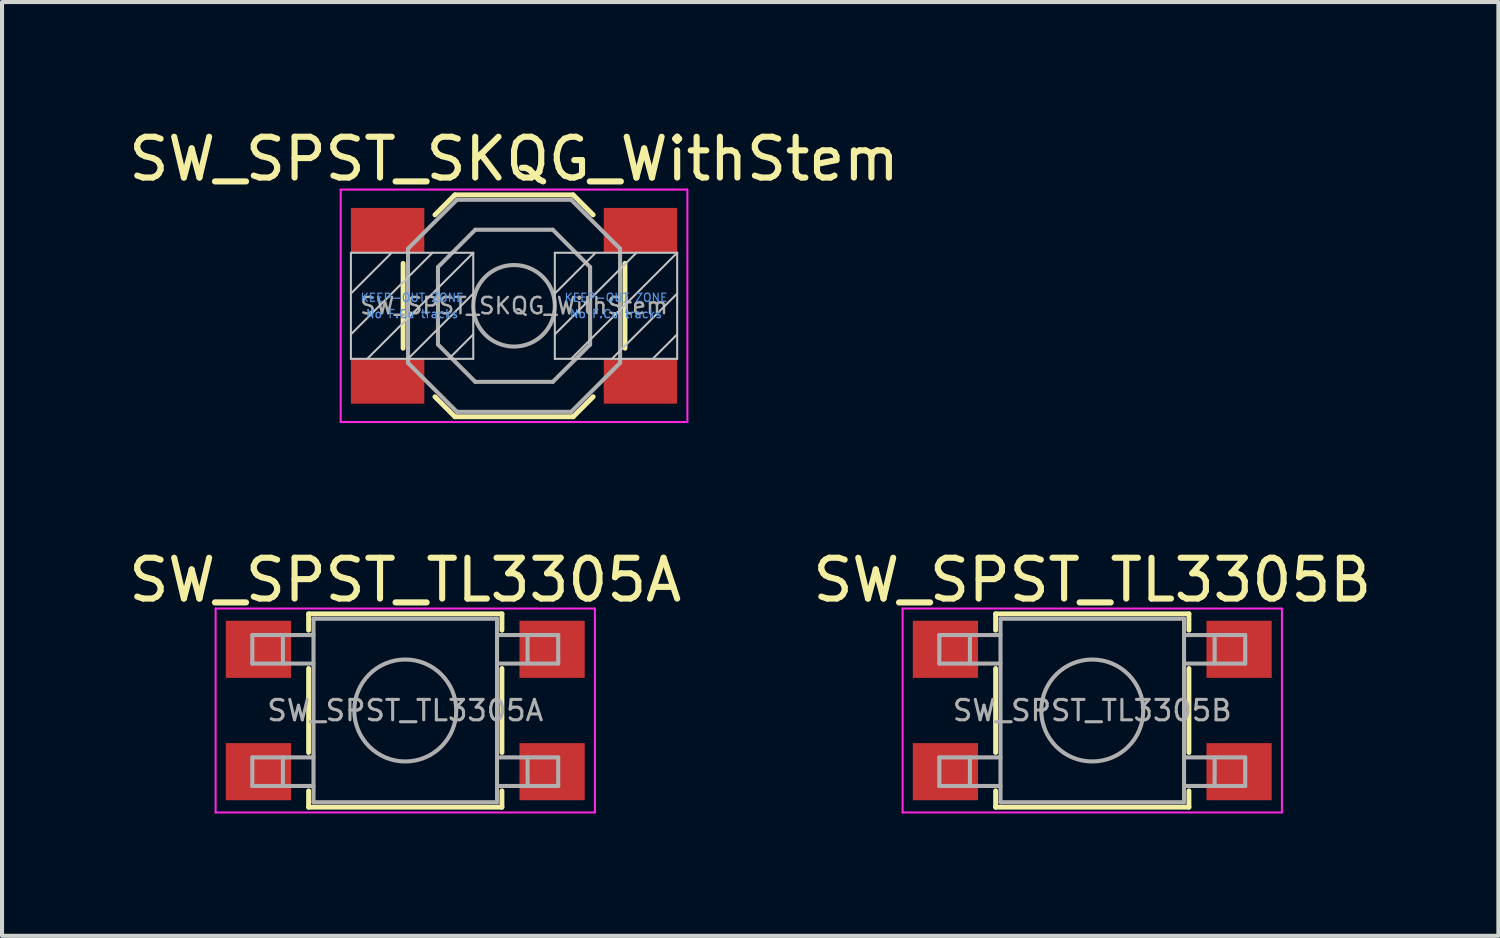
<source format=kicad_pcb>
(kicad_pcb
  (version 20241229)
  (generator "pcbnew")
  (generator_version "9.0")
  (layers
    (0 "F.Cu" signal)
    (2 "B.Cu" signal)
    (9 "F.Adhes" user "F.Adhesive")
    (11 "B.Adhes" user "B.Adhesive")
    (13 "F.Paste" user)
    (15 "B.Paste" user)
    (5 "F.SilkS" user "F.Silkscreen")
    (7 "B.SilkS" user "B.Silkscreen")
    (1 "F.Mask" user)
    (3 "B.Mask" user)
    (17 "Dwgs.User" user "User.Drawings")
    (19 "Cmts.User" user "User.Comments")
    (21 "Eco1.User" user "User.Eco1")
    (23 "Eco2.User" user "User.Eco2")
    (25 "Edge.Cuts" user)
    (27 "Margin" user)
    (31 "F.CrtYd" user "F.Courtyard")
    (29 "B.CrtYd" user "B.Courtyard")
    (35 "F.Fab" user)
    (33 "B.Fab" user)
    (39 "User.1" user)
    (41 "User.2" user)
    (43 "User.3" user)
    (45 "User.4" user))
  (footprint "SW_SPST_SKQG_WithStem"
    (layer "F.Cu")
    (at 9.554 4.448)
    (property "Reference" "SW_SPST_SKQG_WithStem" (at 0 -3.6 0) (layer "F.SilkS") (effects (font (size 1 1) (thickness 0.15))))
    (attr smd)
    (fp_line (start -2.72 1.04) (end -2.72 -1.04) (stroke (width 0.12) (type solid)) (layer "F.SilkS"))
    (fp_line (start -1.45 -2.72) (end -1.94 -2.23) (stroke (width 0.12) (type solid)) (layer "F.SilkS"))
    (fp_line (start -1.45 -2.72) (end 1.45 -2.72) (stroke (width 0.12) (type solid)) (layer "F.SilkS"))
    (fp_line (start -1.45 2.72) (end -1.94 2.23) (stroke (width 0.12) (type solid)) (layer "F.SilkS"))
    (fp_line (start -1.45 2.72) (end 1.45 2.72) (stroke (width 0.12) (type solid)) (layer "F.SilkS"))
    (fp_line (start 1.45 -2.72) (end 1.94 -2.23) (stroke (width 0.12) (type solid)) (layer "F.SilkS"))
    (fp_line (start 1.45 2.72) (end 1.94 2.23) (stroke (width 0.12) (type solid)) (layer "F.SilkS"))
    (fp_line (start 2.72 1.04) (end 2.72 -1.04) (stroke (width 0.12) (type solid)) (layer "F.SilkS"))
    (fp_line (start -4 -1.3) (end -1 -1.3) (stroke (width 0.05) (type solid)) (layer "Dwgs.User"))
    (fp_line (start -4 -0.3) (end -3 -1.3) (stroke (width 0.05) (type solid)) (layer "Dwgs.User"))
    (fp_line (start -4 0.7) (end -2 -1.3) (stroke (width 0.05) (type solid)) (layer "Dwgs.User"))
    (fp_line (start -4 1.3) (end -4 -1.3) (stroke (width 0.05) (type solid)) (layer "Dwgs.User"))
    (fp_line (start -2.6 1.3) (end -1 -0.3) (stroke (width 0.05) (type solid)) (layer "Dwgs.User"))
    (fp_line (start -1 -1.3) (end -3.6 1.3) (stroke (width 0.05) (type solid)) (layer "Dwgs.User"))
    (fp_line (start -1 -1.3) (end -1 1.3) (stroke (width 0.05) (type solid)) (layer "Dwgs.User"))
    (fp_line (start -1 0.7) (end -1.6 1.3) (stroke (width 0.05) (type solid)) (layer "Dwgs.User"))
    (fp_line (start -1 1.3) (end -4 1.3) (stroke (width 0.05) (type solid)) (layer "Dwgs.User"))
    (fp_line (start 1 -1.3) (end 4 -1.3) (stroke (width 0.05) (type solid)) (layer "Dwgs.User"))
    (fp_line (start 1 -0.3) (end 2 -1.3) (stroke (width 0.05) (type solid)) (layer "Dwgs.User"))
    (fp_line (start 1 0.7) (end 3 -1.3) (stroke (width 0.05) (type solid)) (layer "Dwgs.User"))
    (fp_line (start 1 1.3) (end 1 -1.3) (stroke (width 0.05) (type solid)) (layer "Dwgs.User"))
    (fp_line (start 2.4 1.3) (end 4 -0.3) (stroke (width 0.05) (type solid)) (layer "Dwgs.User"))
    (fp_line (start 4 -1.3) (end 1.4 1.3) (stroke (width 0.05) (type solid)) (layer "Dwgs.User"))
    (fp_line (start 4 -1.3) (end 4 1.3) (stroke (width 0.05) (type solid)) (layer "Dwgs.User"))
    (fp_line (start 4 0.7) (end 3.4 1.3) (stroke (width 0.05) (type solid)) (layer "Dwgs.User"))
    (fp_line (start 4 1.3) (end 1 1.3) (stroke (width 0.05) (type solid)) (layer "Dwgs.User"))
    (fp_line (start -4.25 -2.85) (end -4.25 2.85) (stroke (width 0.05) (type solid)) (layer "F.CrtYd"))
    (fp_line (start -4.25 2.85) (end 4.25 2.85) (stroke (width 0.05) (type solid)) (layer "F.CrtYd"))
    (fp_line (start 4.25 -2.85) (end -4.25 -2.85) (stroke (width 0.05) (type solid)) (layer "F.CrtYd"))
    (fp_line (start 4.25 2.85) (end 4.25 -2.85) (stroke (width 0.05) (type solid)) (layer "F.CrtYd"))
    (fp_line (start -2.6 -1.4) (end -1.4 -2.6) (stroke (width 0.1) (type solid)) (layer "F.Fab"))
    (fp_line (start -2.6 1.4) (end -2.6 -1.4) (stroke (width 0.1) (type solid)) (layer "F.Fab"))
    (fp_line (start -1.865 0.95) (end -1.865 -0.95) (stroke (width 0.1) (type solid)) (layer "F.Fab"))
    (fp_line (start -1.4 -2.6) (end 1.4 -2.6) (stroke (width 0.1) (type solid)) (layer "F.Fab"))
    (fp_line (start -1.4 2.6) (end -2.6 1.4) (stroke (width 0.1) (type solid)) (layer "F.Fab"))
    (fp_line (start -0.95 -1.865) (end -1.865 -0.95) (stroke (width 0.1) (type solid)) (layer "F.Fab"))
    (fp_line (start -0.95 -1.865) (end 0.95 -1.865) (stroke (width 0.1) (type solid)) (layer "F.Fab"))
    (fp_line (start -0.95 1.865) (end -1.865 0.95) (stroke (width 0.1) (type solid)) (layer "F.Fab"))
    (fp_line (start 0.95 -1.865) (end 1.865 -0.95) (stroke (width 0.1) (type solid)) (layer "F.Fab"))
    (fp_line (start 0.95 1.865) (end -0.95 1.865) (stroke (width 0.1) (type solid)) (layer "F.Fab"))
    (fp_line (start 0.95 1.865) (end 1.865 0.95) (stroke (width 0.1) (type solid)) (layer "F.Fab"))
    (fp_line (start 1.4 -2.6) (end 2.6 -1.4) (stroke (width 0.1) (type solid)) (layer "F.Fab"))
    (fp_line (start 1.4 2.6) (end -1.4 2.6) (stroke (width 0.1) (type solid)) (layer "F.Fab"))
    (fp_line (start 1.865 -0.95) (end 1.865 0.95) (stroke (width 0.1) (type solid)) (layer "F.Fab"))
    (fp_line (start 2.6 -1.4) (end 2.6 1.4) (stroke (width 0.1) (type solid)) (layer "F.Fab"))
    (fp_line (start 2.6 1.4) (end 1.4 2.6) (stroke (width 0.1) (type solid)) (layer "F.Fab"))
    (fp_circle (center 0 0) (end 1 0) (stroke (width 0.1) (type solid)) (fill no) (layer "F.Fab"))
    (fp_text user "KEEP-OUT ZONE" (at -2.5 -0.2 0) (layer "Cmts.User") (effects (font (size 0.2 0.2) (thickness 0.03))))
    (fp_text user "KEEP-OUT ZONE" (at 2.5 -0.2 0) (layer "Cmts.User") (effects (font (size 0.2 0.2) (thickness 0.03))))
    (fp_text user "No F.Cu tracks" (at 2.5 0.2 0) (layer "Cmts.User") (effects (font (size 0.2 0.2) (thickness 0.03))))
    (fp_text user "No F.Cu tracks" (at -2.5 0.2 0) (layer "Cmts.User") (effects (font (size 0.2 0.2) (thickness 0.03))))
    (fp_text user "${REFERENCE}" (at 0 0 0) (layer "F.Fab") (effects (font (size 0.4 0.4) (thickness 0.06))))
    (pad "1" smd rect (at -3.1 -1.85) (size 1.8 1.1) (layers "F.Cu" "F.Mask" "F.Paste"))
    (pad "1" smd rect (at 3.1 -1.85) (size 1.8 1.1) (layers "F.Cu" "F.Mask" "F.Paste"))
    (pad "2" smd rect (at -3.1 1.85) (size 1.8 1.1) (layers "F.Cu" "F.Mask" "F.Paste"))
    (pad "2" smd rect (at 3.1 1.85) (size 1.8 1.1) (layers "F.Cu" "F.Mask" "F.Paste")))
  (footprint "SW_SPST_TL3305A"
    (layer "F.Cu")
    (at 6.887 14.371)
    (property "Reference" "SW_SPST_TL3305A" (at 0 -3.2 0) (layer "F.SilkS") (effects (font (size 1 1) (thickness 0.15))))
    (attr smd)
    (fp_line (start -2.37 -2.37) (end -2.37 -1.97) (stroke (width 0.12) (type solid)) (layer "F.SilkS"))
    (fp_line (start -2.37 -2.37) (end 2.37 -2.37) (stroke (width 0.12) (type solid)) (layer "F.SilkS"))
    (fp_line (start -2.37 1.03) (end -2.37 -1.03) (stroke (width 0.12) (type solid)) (layer "F.SilkS"))
    (fp_line (start -2.37 2.37) (end -2.37 1.97) (stroke (width 0.12) (type solid)) (layer "F.SilkS"))
    (fp_line (start -2.37 2.37) (end 2.37 2.37) (stroke (width 0.12) (type solid)) (layer "F.SilkS"))
    (fp_line (start 2.37 -2.37) (end 2.37 -1.97) (stroke (width 0.12) (type solid)) (layer "F.SilkS"))
    (fp_line (start 2.37 1.03) (end 2.37 -1.03) (stroke (width 0.12) (type solid)) (layer "F.SilkS"))
    (fp_line (start 2.37 2.37) (end 2.37 1.97) (stroke (width 0.12) (type solid)) (layer "F.SilkS"))
    (fp_line (start -4.65 -2.5) (end 4.65 -2.5) (stroke (width 0.05) (type solid)) (layer "F.CrtYd"))
    (fp_line (start -4.65 2.5) (end -4.65 -2.5) (stroke (width 0.05) (type solid)) (layer "F.CrtYd"))
    (fp_line (start 4.65 -2.5) (end 4.65 2.5) (stroke (width 0.05) (type solid)) (layer "F.CrtYd"))
    (fp_line (start 4.65 2.5) (end -4.65 2.5) (stroke (width 0.05) (type solid)) (layer "F.CrtYd"))
    (fp_line (start -3.75 -1.85) (end -3.75 -1.15) (stroke (width 0.1) (type solid)) (layer "F.Fab"))
    (fp_line (start -3.75 -1.15) (end -2.25 -1.15) (stroke (width 0.1) (type solid)) (layer "F.Fab"))
    (fp_line (start -3.75 1.15) (end -3.75 1.85) (stroke (width 0.1) (type solid)) (layer "F.Fab"))
    (fp_line (start -3.75 1.85) (end -2.25 1.85) (stroke (width 0.1) (type solid)) (layer "F.Fab"))
    (fp_line (start -3 -1.85) (end -3 -1.15) (stroke (width 0.1) (type solid)) (layer "F.Fab"))
    (fp_line (start -3 1.15) (end -3 1.85) (stroke (width 0.1) (type solid)) (layer "F.Fab"))
    (fp_line (start -2.25 -2.25) (end 2.25 -2.25) (stroke (width 0.1) (type solid)) (layer "F.Fab"))
    (fp_line (start -2.25 -1.85) (end -3.75 -1.85) (stroke (width 0.1) (type solid)) (layer "F.Fab"))
    (fp_line (start -2.25 1.15) (end -3.75 1.15) (stroke (width 0.1) (type solid)) (layer "F.Fab"))
    (fp_line (start -2.25 2.25) (end -2.25 -2.25) (stroke (width 0.1) (type solid)) (layer "F.Fab"))
    (fp_line (start 2.25 -2.25) (end 2.25 2.25) (stroke (width 0.1) (type solid)) (layer "F.Fab"))
    (fp_line (start 2.25 -1.15) (end 3.75 -1.15) (stroke (width 0.1) (type solid)) (layer "F.Fab"))
    (fp_line (start 2.25 1.15) (end 3.75 1.15) (stroke (width 0.1) (type solid)) (layer "F.Fab"))
    (fp_line (start 2.25 2.25) (end -2.25 2.25) (stroke (width 0.1) (type solid)) (layer "F.Fab"))
    (fp_line (start 3 -1.85) (end 3 -1.15) (stroke (width 0.1) (type solid)) (layer "F.Fab"))
    (fp_line (start 3 1.15) (end 3 1.85) (stroke (width 0.1) (type solid)) (layer "F.Fab"))
    (fp_line (start 3.75 -1.85) (end 2.25 -1.85) (stroke (width 0.1) (type solid)) (layer "F.Fab"))
    (fp_line (start 3.75 -1.15) (end 3.75 -1.85) (stroke (width 0.1) (type solid)) (layer "F.Fab"))
    (fp_line (start 3.75 1.15) (end 3.75 1.85) (stroke (width 0.1) (type solid)) (layer "F.Fab"))
    (fp_line (start 3.75 1.85) (end 2.25 1.85) (stroke (width 0.1) (type solid)) (layer "F.Fab"))
    (fp_circle (center 0 0) (end 1.25 0) (stroke (width 0.1) (type solid)) (fill no) (layer "F.Fab"))
    (fp_text user "${REFERENCE}" (at 0 0 0) (layer "F.Fab") (effects (font (size 0.5 0.5) (thickness 0.075))))
    (pad "1" smd rect (at -3.6 -1.5) (size 1.6 1.4) (layers "F.Cu" "F.Mask" "F.Paste"))
    (pad "1" smd rect (at 3.6 -1.5) (size 1.6 1.4) (layers "F.Cu" "F.Mask" "F.Paste"))
    (pad "2" smd rect (at -3.6 1.5) (size 1.6 1.4) (layers "F.Cu" "F.Mask" "F.Paste"))
    (pad "2" smd rect (at 3.6 1.5) (size 1.6 1.4) (layers "F.Cu" "F.Mask" "F.Paste")))
  (footprint "SW_SPST_TL3305B"
    (layer "F.Cu")
    (at 23.732 14.371)
    (property "Reference" "SW_SPST_TL3305B" (at 0 -3.2 0) (layer "F.SilkS") (effects (font (size 1 1) (thickness 0.15))))
    (attr smd)
    (fp_line (start -2.37 -2.37) (end -2.37 -1.97) (stroke (width 0.12) (type solid)) (layer "F.SilkS"))
    (fp_line (start -2.37 -2.37) (end 2.37 -2.37) (stroke (width 0.12) (type solid)) (layer "F.SilkS"))
    (fp_line (start -2.37 1.03) (end -2.37 -1.03) (stroke (width 0.12) (type solid)) (layer "F.SilkS"))
    (fp_line (start -2.37 2.37) (end -2.37 1.97) (stroke (width 0.12) (type solid)) (layer "F.SilkS"))
    (fp_line (start -2.37 2.37) (end 2.37 2.37) (stroke (width 0.12) (type solid)) (layer "F.SilkS"))
    (fp_line (start 2.37 -2.37) (end 2.37 -1.97) (stroke (width 0.12) (type solid)) (layer "F.SilkS"))
    (fp_line (start 2.37 1.03) (end 2.37 -1.03) (stroke (width 0.12) (type solid)) (layer "F.SilkS"))
    (fp_line (start 2.37 2.37) (end 2.37 1.97) (stroke (width 0.12) (type solid)) (layer "F.SilkS"))
    (fp_line (start -4.65 -2.5) (end 4.65 -2.5) (stroke (width 0.05) (type solid)) (layer "F.CrtYd"))
    (fp_line (start -4.65 2.5) (end -4.65 -2.5) (stroke (width 0.05) (type solid)) (layer "F.CrtYd"))
    (fp_line (start 4.65 -2.5) (end 4.65 2.5) (stroke (width 0.05) (type solid)) (layer "F.CrtYd"))
    (fp_line (start 4.65 2.5) (end -4.65 2.5) (stroke (width 0.05) (type solid)) (layer "F.CrtYd"))
    (fp_line (start -3.75 -1.85) (end -3.75 -1.15) (stroke (width 0.1) (type solid)) (layer "F.Fab"))
    (fp_line (start -3.75 -1.15) (end -2.25 -1.15) (stroke (width 0.1) (type solid)) (layer "F.Fab"))
    (fp_line (start -3.75 1.15) (end -3.75 1.85) (stroke (width 0.1) (type solid)) (layer "F.Fab"))
    (fp_line (start -3.75 1.85) (end -2.25 1.85) (stroke (width 0.1) (type solid)) (layer "F.Fab"))
    (fp_line (start -3 -1.85) (end -3 -1.15) (stroke (width 0.1) (type solid)) (layer "F.Fab"))
    (fp_line (start -3 1.15) (end -3 1.85) (stroke (width 0.1) (type solid)) (layer "F.Fab"))
    (fp_line (start -2.25 -2.25) (end 2.25 -2.25) (stroke (width 0.1) (type solid)) (layer "F.Fab"))
    (fp_line (start -2.25 -1.85) (end -3.75 -1.85) (stroke (width 0.1) (type solid)) (layer "F.Fab"))
    (fp_line (start -2.25 1.15) (end -3.75 1.15) (stroke (width 0.1) (type solid)) (layer "F.Fab"))
    (fp_line (start -2.25 2.25) (end -2.25 -2.25) (stroke (width 0.1) (type solid)) (layer "F.Fab"))
    (fp_line (start 2.25 -2.25) (end 2.25 2.25) (stroke (width 0.1) (type solid)) (layer "F.Fab"))
    (fp_line (start 2.25 -1.15) (end 3.75 -1.15) (stroke (width 0.1) (type solid)) (layer "F.Fab"))
    (fp_line (start 2.25 1.15) (end 3.75 1.15) (stroke (width 0.1) (type solid)) (layer "F.Fab"))
    (fp_line (start 2.25 2.25) (end -2.25 2.25) (stroke (width 0.1) (type solid)) (layer "F.Fab"))
    (fp_line (start 3 -1.85) (end 3 -1.15) (stroke (width 0.1) (type solid)) (layer "F.Fab"))
    (fp_line (start 3 1.15) (end 3 1.85) (stroke (width 0.1) (type solid)) (layer "F.Fab"))
    (fp_line (start 3.75 -1.85) (end 2.25 -1.85) (stroke (width 0.1) (type solid)) (layer "F.Fab"))
    (fp_line (start 3.75 -1.15) (end 3.75 -1.85) (stroke (width 0.1) (type solid)) (layer "F.Fab"))
    (fp_line (start 3.75 1.15) (end 3.75 1.85) (stroke (width 0.1) (type solid)) (layer "F.Fab"))
    (fp_line (start 3.75 1.85) (end 2.25 1.85) (stroke (width 0.1) (type solid)) (layer "F.Fab"))
    (fp_circle (center 0 0) (end 1.25 0) (stroke (width 0.1) (type solid)) (fill no) (layer "F.Fab"))
    (fp_text user "${REFERENCE}" (at 0 0 0) (layer "F.Fab") (effects (font (size 0.5 0.5) (thickness 0.075))))
    (pad "1" smd rect (at -3.6 -1.5) (size 1.6 1.4) (layers "F.Cu" "F.Mask" "F.Paste"))
    (pad "1" smd rect (at 3.6 -1.5) (size 1.6 1.4) (layers "F.Cu" "F.Mask" "F.Paste"))
    (pad "2" smd rect (at -3.6 1.5) (size 1.6 1.4) (layers "F.Cu" "F.Mask" "F.Paste"))
    (pad "2" smd rect (at 3.6 1.5) (size 1.6 1.4) (layers "F.Cu" "F.Mask" "F.Paste")))
  (gr_rect
    (start -3 -3)
    (end 33.69 19.896)
    (stroke (width 0.1) (type default))
    (fill no)
    (layer "Edge.Cuts")))
</source>
